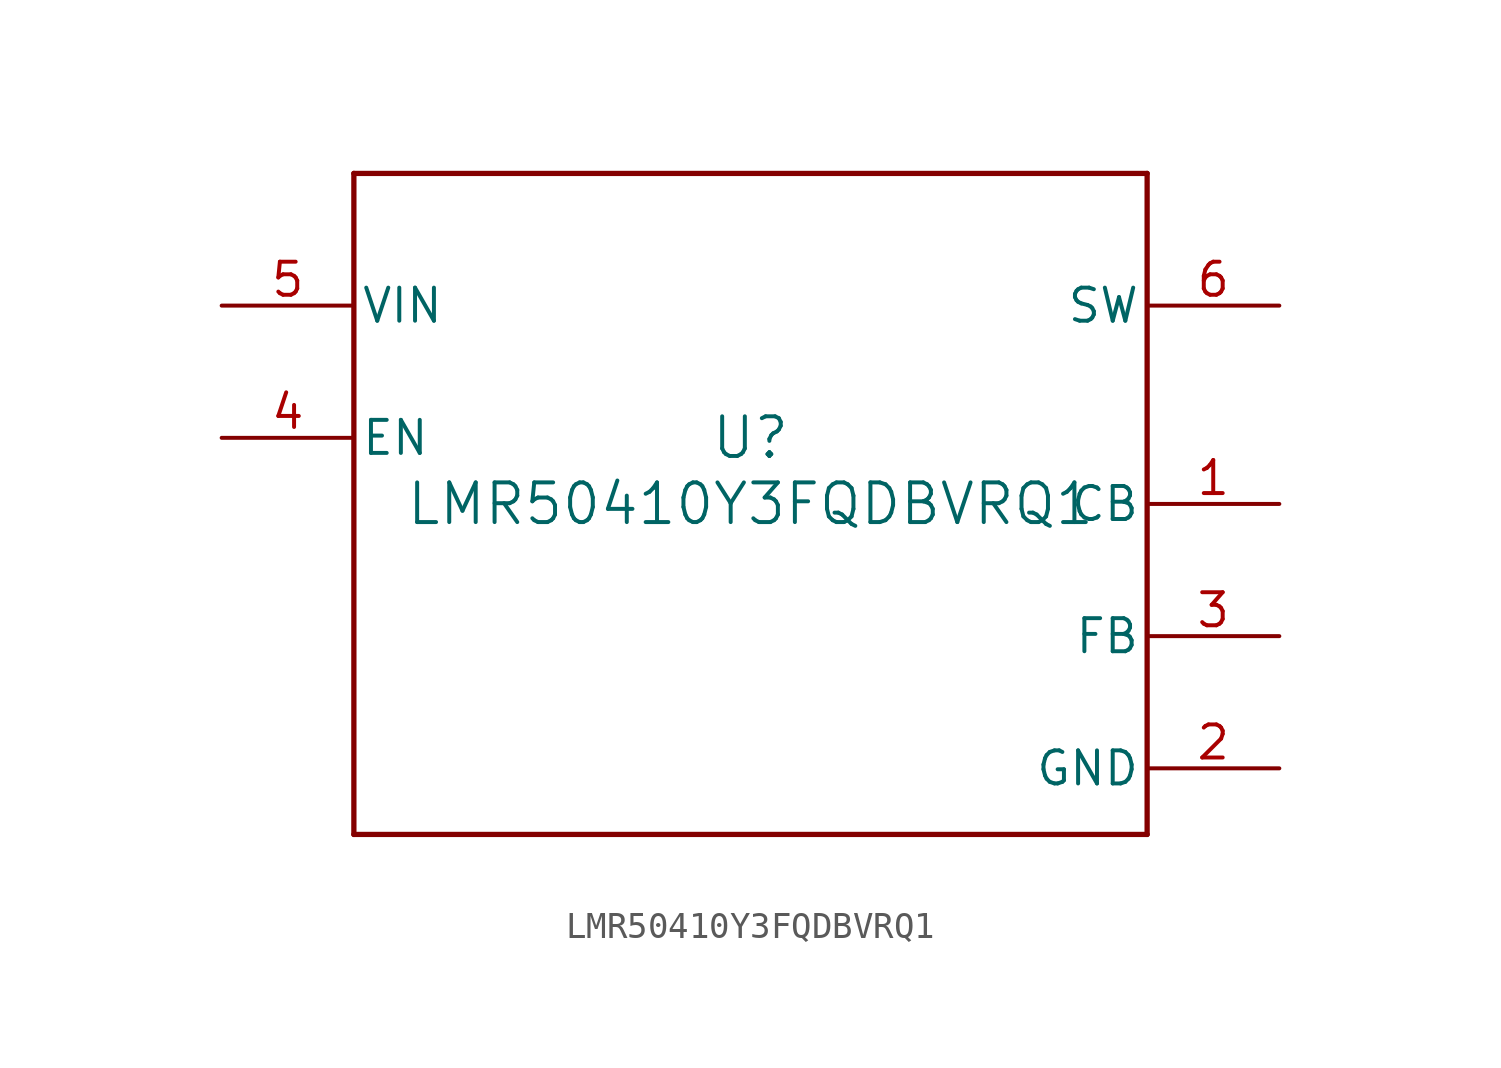
<source format=kicad_sym>
(kicad_symbol_lib
  (version 20211014)
  (generator kicad_symbol_editor)
  (symbol "LMR50410Y3FQDBVRQ1"
    (pin_names
      (offset 0.254))
    (property "Reference" "U"
      (at 0 2.54 0)
      (effects (font (size 1.524 1.524))))
    (property "Value" "LMR50410Y3FQDBVRQ1"
      (at 0 0 0)
      (effects (font (size 1.524 1.524))))
    (symbol "LMR50410Y3FQDBVRQ1_0_1"
      (polyline (pts (xy -15.24 -12.7) (xy 15.24 -12.7)) (stroke (width 0.203) (type default) (color 0 0 0 0)) (fill (type none)))
      (polyline (pts (xy 15.24 -12.7) (xy 15.24 12.7)) (stroke (width 0.203) (type default) (color 0 0 0 0)) (fill (type none)))
      (polyline (pts (xy 15.24 12.7) (xy -15.24 12.7)) (stroke (width 0.203) (type default) (color 0 0 0 0)) (fill (type none)))
      (polyline (pts (xy -15.24 12.7) (xy -15.24 -12.7)) (stroke (width 0.203) (type default) (color 0 0 0 0)) (fill (type none)))
      (pin unspecified line (at 20.32 0 180) (length 5.08) (name "CB" (effects (font (size 1.27 1.27)))) (number "1" (effects (font (size 1.27 1.27)))))
      (pin power_in line (at 20.32 -10.16 180) (length 5.08) (name "GND" (effects (font (size 1.27 1.27)))) (number "2" (effects (font (size 1.27 1.27)))))
      (pin unspecified line (at 20.32 -5.08 180) (length 5.08) (name "FB" (effects (font (size 1.27 1.27)))) (number "3" (effects (font (size 1.27 1.27)))))
      (pin input line (at -20.32 2.54 0) (length 5.08) (name "EN" (effects (font (size 1.27 1.27)))) (number "4" (effects (font (size 1.27 1.27)))))
      (pin power_in line (at -20.32 7.62 0) (length 5.08) (name "VIN" (effects (font (size 1.27 1.27)))) (number "5" (effects (font (size 1.27 1.27)))))
      (pin power_in line (at 20.32 7.62 180) (length 5.08) (name "SW" (effects (font (size 1.27 1.27)))) (number "6" (effects (font (size 1.27 1.27))))))))
</source>
